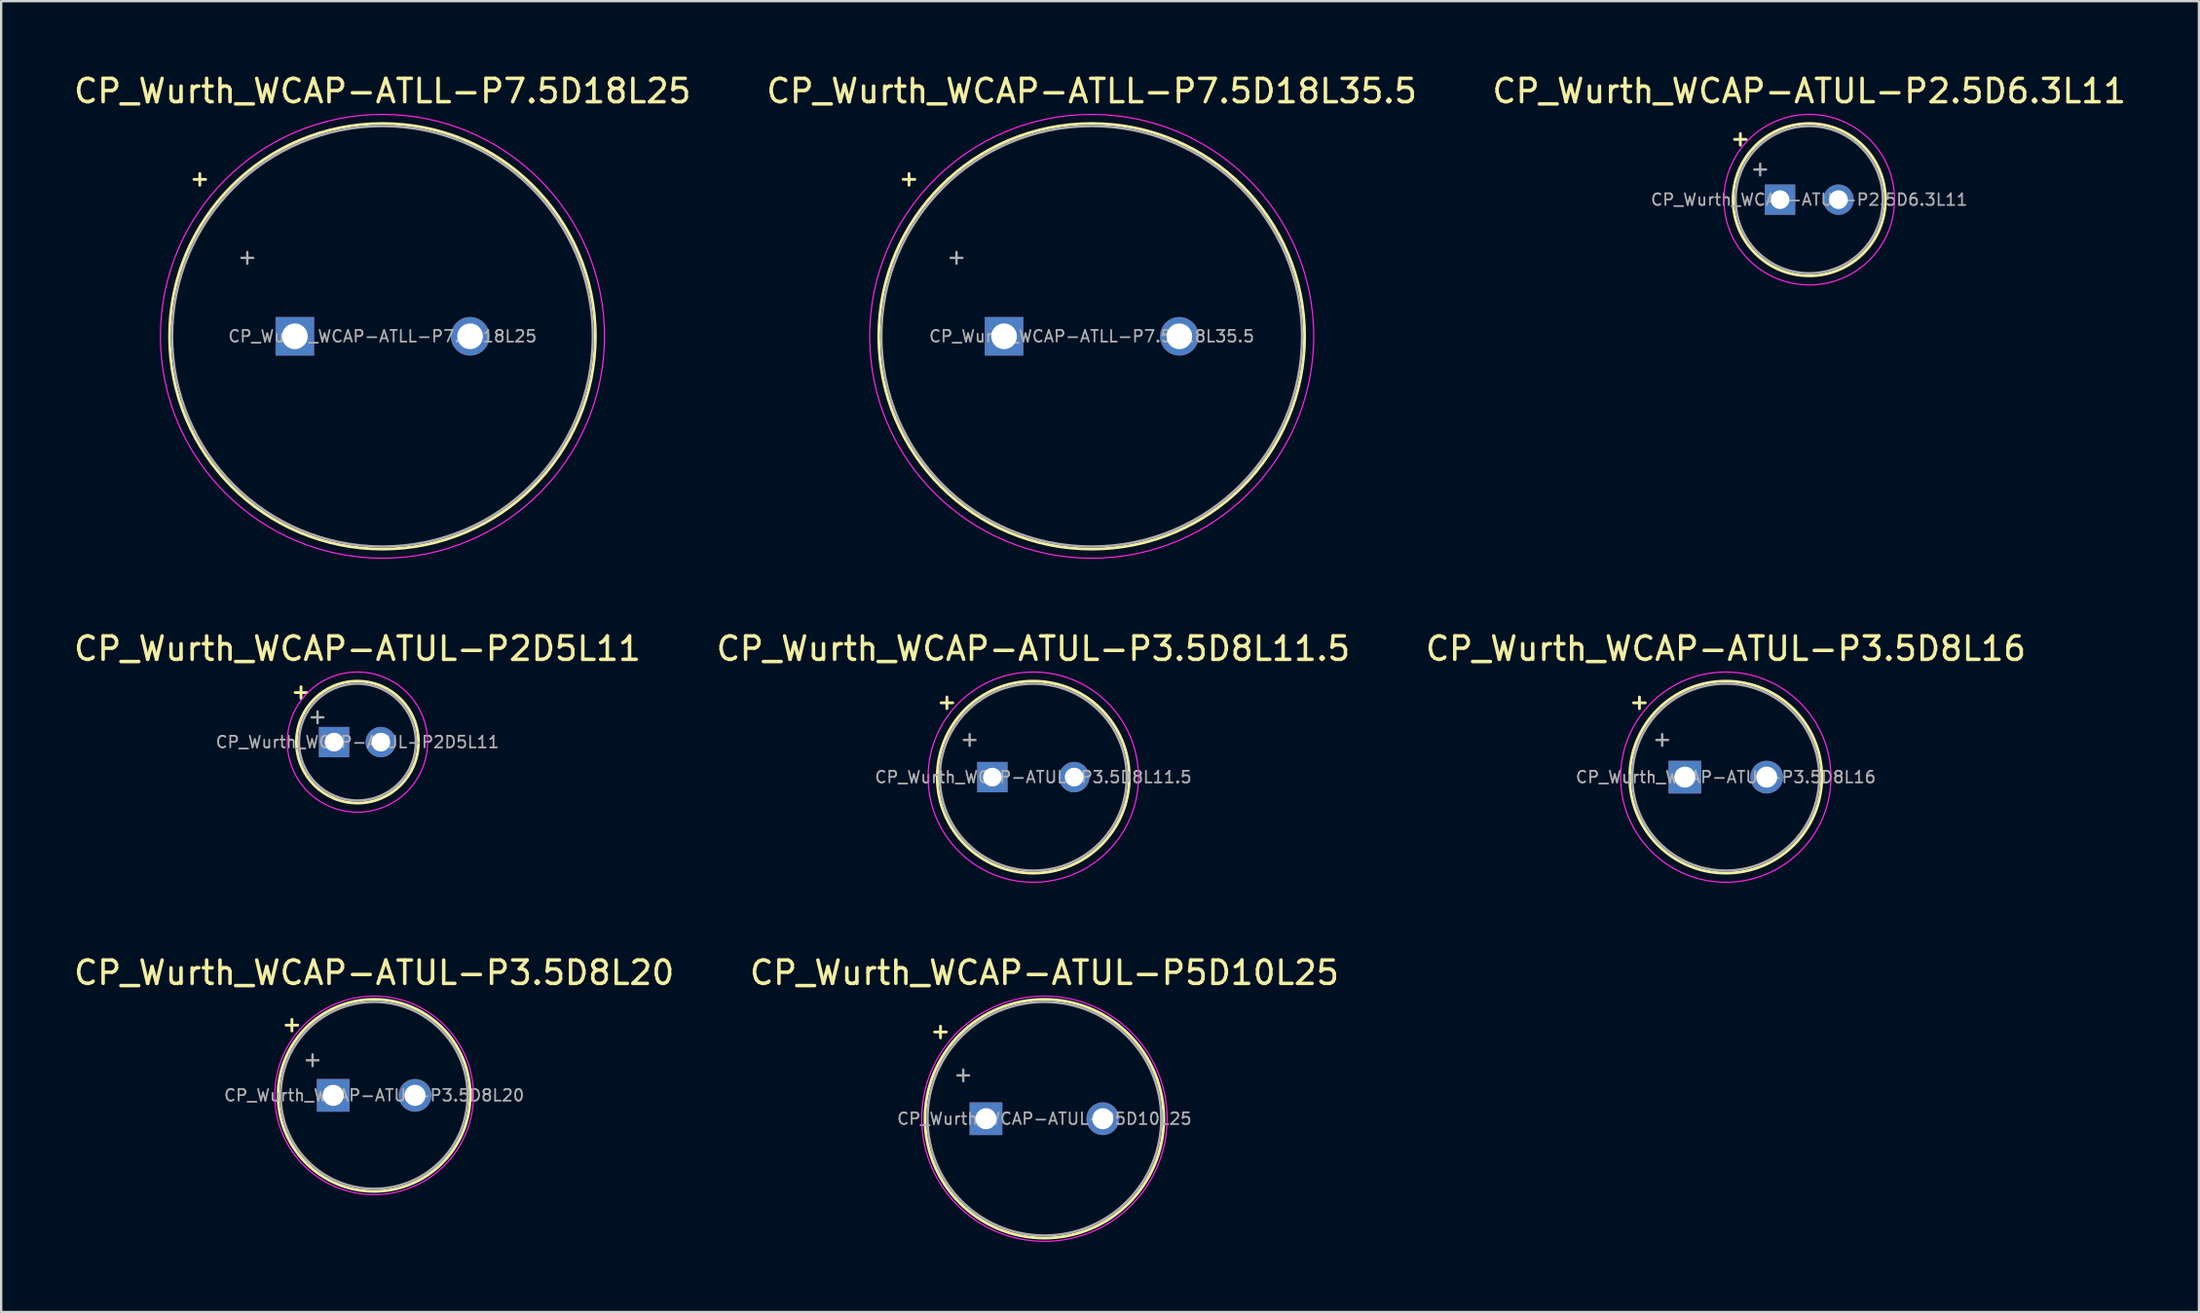
<source format=kicad_pcb>
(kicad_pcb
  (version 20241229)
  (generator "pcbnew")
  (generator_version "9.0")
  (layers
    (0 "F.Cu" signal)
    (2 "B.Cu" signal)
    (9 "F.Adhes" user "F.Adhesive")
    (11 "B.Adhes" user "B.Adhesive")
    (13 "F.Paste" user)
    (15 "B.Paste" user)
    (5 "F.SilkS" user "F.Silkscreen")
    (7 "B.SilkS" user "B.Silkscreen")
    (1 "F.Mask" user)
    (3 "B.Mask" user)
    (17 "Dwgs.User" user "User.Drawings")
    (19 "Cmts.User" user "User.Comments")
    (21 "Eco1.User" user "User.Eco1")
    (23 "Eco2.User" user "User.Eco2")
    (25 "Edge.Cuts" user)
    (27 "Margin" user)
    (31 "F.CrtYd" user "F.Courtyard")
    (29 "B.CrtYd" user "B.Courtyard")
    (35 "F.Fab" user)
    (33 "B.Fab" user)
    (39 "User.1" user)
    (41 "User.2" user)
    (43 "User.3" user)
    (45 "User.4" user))
  (footprint "CP_Wurth_WCAP-ATLL-P7.5D18L35.5"
    (layer "F.Cu")
    (at 39.911 11.348)
    (property "Reference" "CP_Wurth_WCAP-ATLL-P7.5D18L35.5" (at 3.75 -10.5 0) (unlocked yes) (layer "F.SilkS") (effects (font (size 1 1) (thickness 0.15))))
    (attr through_hole)
    (fp_line (start -4.316 -6.718) (end -3.816 -6.718) (stroke (width 0.12) (type solid)) (layer "F.SilkS"))
    (fp_line (start -4.066 -6.468) (end -4.066 -6.968) (stroke (width 0.12) (type solid)) (layer "F.SilkS"))
    (fp_circle (center 3.75 0) (end 12.86 0) (stroke (width 0.12) (type solid)) (fill no) (layer "F.SilkS"))
    (fp_circle (center 3.75 0) (end 13.25 0) (stroke (width 0.05) (type solid)) (fill no) (layer "F.CrtYd"))
    (fp_line (start -2.283 -3.359) (end -1.783 -3.359) (stroke (width 0.1) (type default)) (layer "F.Fab"))
    (fp_line (start -2.033 -3.109) (end -2.033 -3.609) (stroke (width 0.1) (type default)) (layer "F.Fab"))
    (fp_circle (center 3.75 0) (end 12.75 0) (stroke (width 0.1) (type solid)) (fill no) (layer "F.Fab"))
    (fp_text user "${REFERENCE}" (at 3.75 0 0) (unlocked yes) (layer "F.Fab") (effects (font (size 0.5 0.5) (thickness 0.075))))
    (pad "1" thru_hole rect (at 0 0) (size 1.65 1.65) (drill 1.1) (layers "*.Cu" "*.Mask"))
    (pad "2" thru_hole circle (at 7.5 0) (size 1.65 1.65) (drill 1.1) (layers "*.Cu" "*.Mask")))
  (footprint "CP_Wurth_WCAP-ATUL-P3.5D8L20"
    (layer "F.Cu")
    (at 11.208 43.845)
    (property "Reference" "CP_Wurth_WCAP-ATUL-P3.5D8L20" (at 1.75 -5.25 0) (unlocked yes) (layer "F.SilkS") (effects (font (size 1 1) (thickness 0.15))))
    (attr through_hole)
    (fp_line (start -2.018 -3.005) (end -1.518 -3.005) (stroke (width 0.12) (type solid)) (layer "F.SilkS"))
    (fp_line (start -1.768 -2.755) (end -1.768 -3.255) (stroke (width 0.12) (type solid)) (layer "F.SilkS"))
    (fp_circle (center 1.75 0) (end 5.86 0) (stroke (width 0.12) (type solid)) (fill no) (layer "F.SilkS"))
    (fp_circle (center 1.75 0) (end 6 0) (stroke (width 0.05) (type solid)) (fill no) (layer "F.CrtYd"))
    (fp_line (start -1.134 -1.503) (end -0.634 -1.503) (stroke (width 0.1) (type default)) (layer "F.Fab"))
    (fp_line (start -0.884 -1.253) (end -0.884 -1.753) (stroke (width 0.1) (type default)) (layer "F.Fab"))
    (fp_circle (center 1.75 0) (end 5.75 0) (stroke (width 0.1) (type solid)) (fill no) (layer "F.Fab"))
    (fp_text user "${REFERENCE}" (at 1.75 0 0) (unlocked yes) (layer "F.Fab") (effects (font (size 0.5 0.5) (thickness 0.075))))
    (pad "1" thru_hole rect (at 0 0) (size 1.4 1.4) (drill 0.9) (layers "*.Cu" "*.Mask"))
    (pad "2" thru_hole circle (at 3.5 0) (size 1.4 1.4) (drill 0.9) (layers "*.Cu" "*.Mask")))
  (footprint "CP_Wurth_WCAP-ATUL-P5D10L25"
    (layer "F.Cu")
    (at 39.137 44.845)
    (property "Reference" "CP_Wurth_WCAP-ATUL-P5D10L25" (at 2.5 -6.25 0) (unlocked yes) (layer "F.SilkS") (effects (font (size 1 1) (thickness 0.15))))
    (attr through_hole)
    (fp_line (start -2.195 -3.712) (end -1.695 -3.712) (stroke (width 0.12) (type solid)) (layer "F.SilkS"))
    (fp_line (start -1.945 -3.462) (end -1.945 -3.962) (stroke (width 0.12) (type solid)) (layer "F.SilkS"))
    (fp_circle (center 2.5 0) (end 7.61 0) (stroke (width 0.12) (type solid)) (fill no) (layer "F.SilkS"))
    (fp_circle (center 2.5 0) (end 7.75 0) (stroke (width 0.05) (type solid)) (fill no) (layer "F.CrtYd"))
    (fp_line (start -1.222 -1.856) (end -0.722 -1.856) (stroke (width 0.1) (type default)) (layer "F.Fab"))
    (fp_line (start -0.972 -1.606) (end -0.972 -2.106) (stroke (width 0.1) (type default)) (layer "F.Fab"))
    (fp_circle (center 2.5 0) (end 7.5 0) (stroke (width 0.1) (type solid)) (fill no) (layer "F.Fab"))
    (fp_text user "${REFERENCE}" (at 2.5 0 0) (unlocked yes) (layer "F.Fab") (effects (font (size 0.5 0.5) (thickness 0.075))))
    (pad "1" thru_hole rect (at 0 0) (size 1.4 1.4) (drill 0.9) (layers "*.Cu" "*.Mask"))
    (pad "2" thru_hole circle (at 5 0) (size 1.4 1.4) (drill 0.9) (layers "*.Cu" "*.Mask")))
  (footprint "CP_Wurth_WCAP-ATUL-P3.5D8L11.5"
    (layer "F.Cu")
    (at 39.411 30.221)
    (property "Reference" "CP_Wurth_WCAP-ATUL-P3.5D8L11.5" (at 1.75 -5.5 0) (unlocked yes) (layer "F.SilkS") (effects (font (size 1 1) (thickness 0.15))))
    (attr through_hole)
    (fp_line (start -2.195 -3.182) (end -1.695 -3.182) (stroke (width 0.12) (type solid)) (layer "F.SilkS"))
    (fp_line (start -1.945 -2.932) (end -1.945 -3.432) (stroke (width 0.12) (type solid)) (layer "F.SilkS"))
    (fp_circle (center 1.75 0) (end 5.86 0) (stroke (width 0.12) (type solid)) (fill no) (layer "F.SilkS"))
    (fp_circle (center 1.75 0) (end 6.25 0) (stroke (width 0.05) (type solid)) (fill no) (layer "F.CrtYd"))
    (fp_line (start -1.222 -1.591) (end -0.722 -1.591) (stroke (width 0.1) (type default)) (layer "F.Fab"))
    (fp_line (start -0.972 -1.341) (end -0.972 -1.841) (stroke (width 0.1) (type default)) (layer "F.Fab"))
    (fp_circle (center 1.75 0) (end 5.75 0) (stroke (width 0.1) (type solid)) (fill no) (layer "F.Fab"))
    (fp_text user "${REFERENCE}" (at 1.75 0 0) (unlocked yes) (layer "F.Fab") (effects (font (size 0.5 0.5) (thickness 0.075))))
    (pad "1" thru_hole rect (at 0 0) (size 1.3 1.3) (drill 0.8) (layers "*.Cu" "*.Mask"))
    (pad "2" thru_hole circle (at 3.5 0) (size 1.3 1.3) (drill 0.8) (layers "*.Cu" "*.Mask")))
  (footprint "CP_Wurth_WCAP-ATUL-P3.5D8L16"
    (layer "F.Cu")
    (at 69.042 30.221)
    (property "Reference" "CP_Wurth_WCAP-ATUL-P3.5D8L16" (at 1.75 -5.5 0) (unlocked yes) (layer "F.SilkS") (effects (font (size 1 1) (thickness 0.15))))
    (attr through_hole)
    (fp_line (start -2.195 -3.182) (end -1.695 -3.182) (stroke (width 0.12) (type solid)) (layer "F.SilkS"))
    (fp_line (start -1.945 -2.932) (end -1.945 -3.432) (stroke (width 0.12) (type solid)) (layer "F.SilkS"))
    (fp_circle (center 1.75 0) (end 5.86 0) (stroke (width 0.12) (type solid)) (fill no) (layer "F.SilkS"))
    (fp_circle (center 1.75 0) (end 6.25 0) (stroke (width 0.05) (type solid)) (fill no) (layer "F.CrtYd"))
    (fp_line (start -1.222 -1.591) (end -0.722 -1.591) (stroke (width 0.1) (type default)) (layer "F.Fab"))
    (fp_line (start -0.972 -1.341) (end -0.972 -1.841) (stroke (width 0.1) (type default)) (layer "F.Fab"))
    (fp_circle (center 1.75 0) (end 5.75 0) (stroke (width 0.1) (type solid)) (fill no) (layer "F.Fab"))
    (fp_text user "${REFERENCE}" (at 1.75 0 0) (unlocked yes) (layer "F.Fab") (effects (font (size 0.5 0.5) (thickness 0.075))))
    (pad "1" thru_hole rect (at 0 0) (size 1.4 1.4) (drill 0.9) (layers "*.Cu" "*.Mask"))
    (pad "2" thru_hole circle (at 3.5 0) (size 1.4 1.4) (drill 0.9) (layers "*.Cu" "*.Mask")))
  (footprint "CP_Wurth_WCAP-ATLL-P7.5D18L25"
    (layer "F.Cu")
    (at 9.565 11.348)
    (property "Reference" "CP_Wurth_WCAP-ATLL-P7.5D18L25" (at 3.75 -10.5 0) (unlocked yes) (layer "F.SilkS") (effects (font (size 1 1) (thickness 0.15))))
    (attr through_hole)
    (fp_line (start -4.316 -6.718) (end -3.816 -6.718) (stroke (width 0.12) (type solid)) (layer "F.SilkS"))
    (fp_line (start -4.066 -6.468) (end -4.066 -6.968) (stroke (width 0.12) (type solid)) (layer "F.SilkS"))
    (fp_circle (center 3.75 0) (end 12.86 0) (stroke (width 0.12) (type solid)) (fill no) (layer "F.SilkS"))
    (fp_circle (center 3.75 0) (end 13.25 0) (stroke (width 0.05) (type solid)) (fill no) (layer "F.CrtYd"))
    (fp_line (start -2.283 -3.359) (end -1.783 -3.359) (stroke (width 0.1) (type default)) (layer "F.Fab"))
    (fp_line (start -2.033 -3.109) (end -2.033 -3.609) (stroke (width 0.1) (type default)) (layer "F.Fab"))
    (fp_circle (center 3.75 0) (end 12.75 0) (stroke (width 0.1) (type solid)) (fill no) (layer "F.Fab"))
    (fp_text user "${REFERENCE}" (at 3.75 0 0) (unlocked yes) (layer "F.Fab") (effects (font (size 0.5 0.5) (thickness 0.075))))
    (pad "1" thru_hole rect (at 0 0) (size 1.65 1.65) (drill 1.1) (layers "*.Cu" "*.Mask"))
    (pad "2" thru_hole circle (at 7.5 0) (size 1.65 1.65) (drill 1.1) (layers "*.Cu" "*.Mask")))
  (footprint "CP_Wurth_WCAP-ATUL-P2.5D6.3L11"
    (layer "F.Cu")
    (at 73.113 5.498)
    (property "Reference" "CP_Wurth_WCAP-ATUL-P2.5D6.3L11" (at 1.25 -4.65 0) (unlocked yes) (layer "F.SilkS") (effects (font (size 1 1) (thickness 0.15))))
    (attr through_hole)
    (fp_line (start -1.947 -2.581) (end -1.447 -2.581) (stroke (width 0.12) (type solid)) (layer "F.SilkS"))
    (fp_line (start -1.697 -2.331) (end -1.697 -2.831) (stroke (width 0.12) (type solid)) (layer "F.SilkS"))
    (fp_circle (center 1.25 0) (end 4.51 0) (stroke (width 0.12) (type solid)) (fill no) (layer "F.SilkS"))
    (fp_circle (center 1.25 0) (end 4.9 0) (stroke (width 0.05) (type solid)) (fill no) (layer "F.CrtYd"))
    (fp_line (start -1.099 -1.29) (end -0.599 -1.29) (stroke (width 0.1) (type default)) (layer "F.Fab"))
    (fp_line (start -0.849 -1.04) (end -0.849 -1.54) (stroke (width 0.1) (type default)) (layer "F.Fab"))
    (fp_circle (center 1.25 0) (end 4.4 0) (stroke (width 0.1) (type solid)) (fill no) (layer "F.Fab"))
    (fp_text user "${REFERENCE}" (at 1.25 0 0) (unlocked yes) (layer "F.Fab") (effects (font (size 0.5 0.5) (thickness 0.075))))
    (pad "1" thru_hole rect (at 0 0) (size 1.3 1.3) (drill 0.8) (layers "*.Cu" "*.Mask"))
    (pad "2" thru_hole circle (at 2.5 0) (size 1.3 1.3) (drill 0.8) (layers "*.Cu" "*.Mask")))
  (footprint "CP_Wurth_WCAP-ATUL-P2D5L11"
    (layer "F.Cu")
    (at 11.244 28.721)
    (property "Reference" "CP_Wurth_WCAP-ATUL-P2D5L11" (at 1 -4 0) (unlocked yes) (layer "F.SilkS") (effects (font (size 1 1) (thickness 0.15))))
    (attr through_hole)
    (fp_line (start -1.664 -2.121) (end -1.164 -2.121) (stroke (width 0.12) (type solid)) (layer "F.SilkS"))
    (fp_line (start -1.414 -1.871) (end -1.414 -2.371) (stroke (width 0.12) (type solid)) (layer "F.SilkS"))
    (fp_circle (center 1 0) (end 3.61 0) (stroke (width 0.12) (type solid)) (fill no) (layer "F.SilkS"))
    (fp_circle (center 1 0) (end 4 0) (stroke (width 0.05) (type solid)) (fill no) (layer "F.CrtYd"))
    (fp_line (start -0.957 -1.061) (end -0.457 -1.061) (stroke (width 0.1) (type default)) (layer "F.Fab"))
    (fp_line (start -0.707 -0.811) (end -0.707 -1.311) (stroke (width 0.1) (type default)) (layer "F.Fab"))
    (fp_circle (center 1 0) (end 3.5 0) (stroke (width 0.1) (type solid)) (fill no) (layer "F.Fab"))
    (fp_text user "${REFERENCE}" (at 1 0 0) (unlocked yes) (layer "F.Fab") (effects (font (size 0.5 0.5) (thickness 0.075))))
    (pad "1" thru_hole rect (at 0 0) (size 1.3 1.3) (drill 0.8) (layers "*.Cu" "*.Mask"))
    (pad "2" thru_hole circle (at 2 0) (size 1.3 1.3) (drill 0.8) (layers "*.Cu" "*.Mask")))
  (gr_rect
    (start -3 -3)
    (end 91.036 53.12)
    (stroke (width 0.1) (type default))
    (fill no)
    (layer "Edge.Cuts")))
</source>
